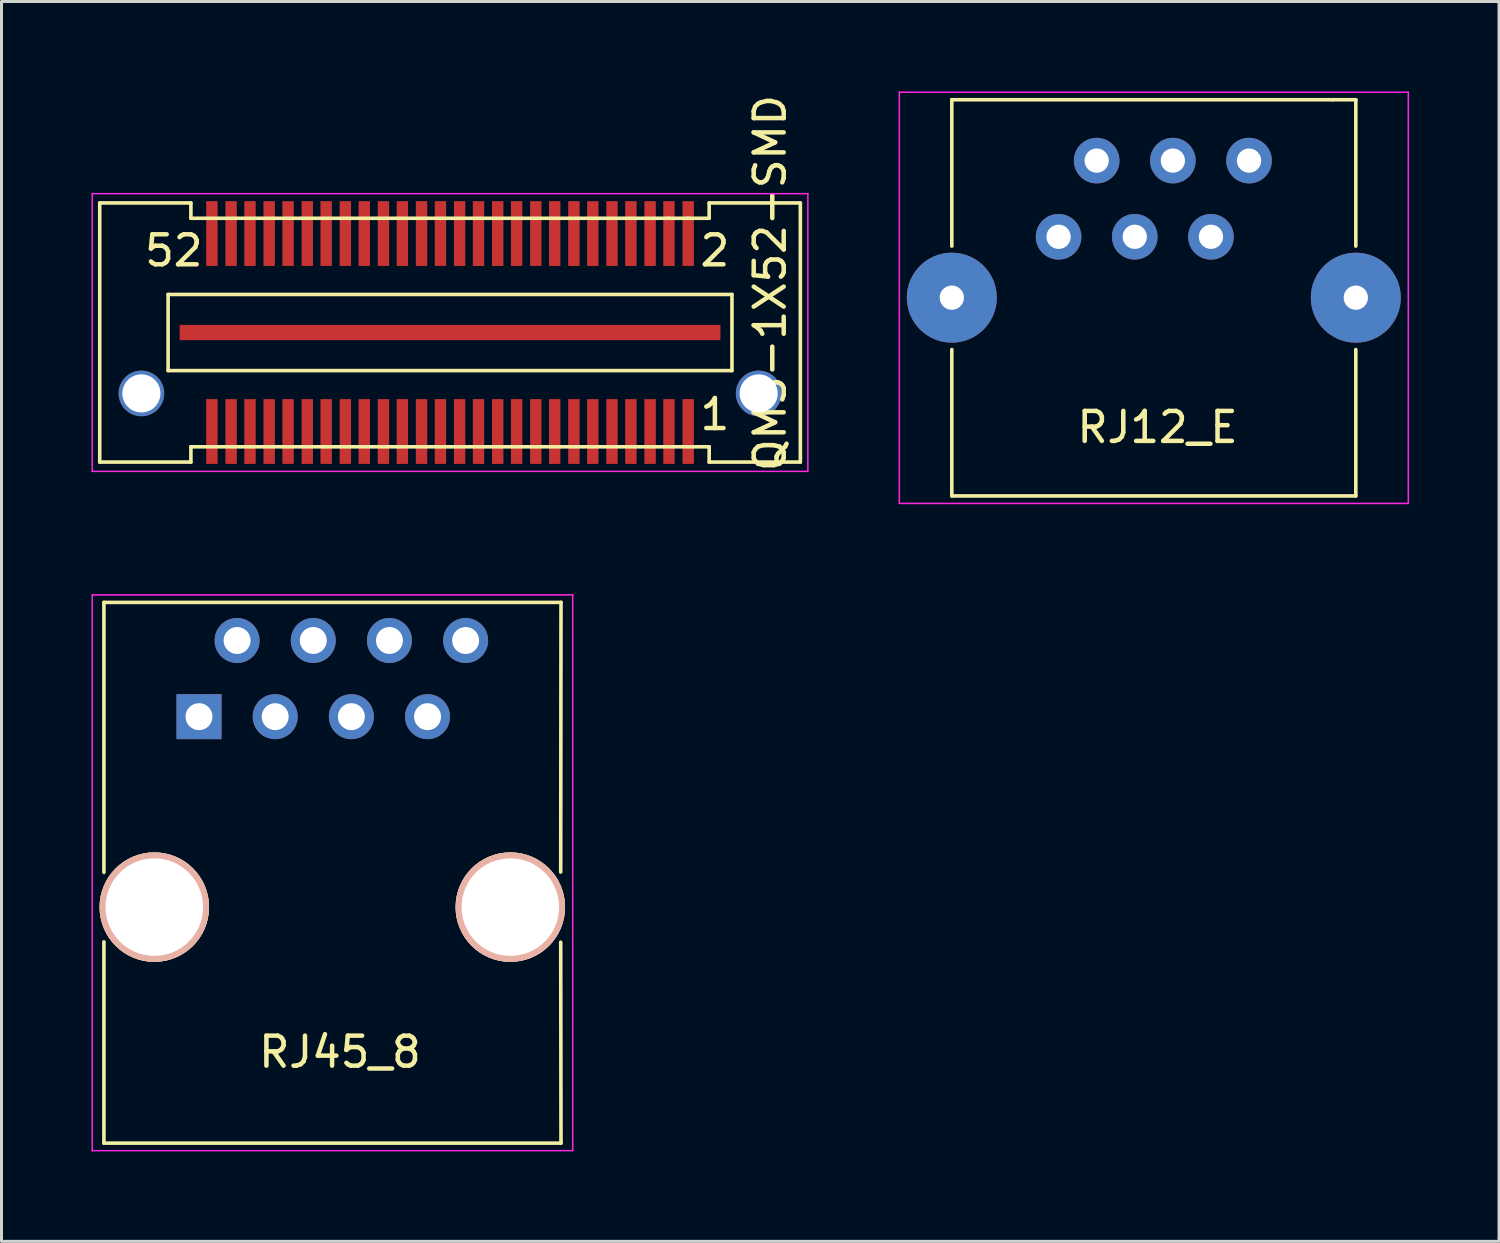
<source format=kicad_pcb>
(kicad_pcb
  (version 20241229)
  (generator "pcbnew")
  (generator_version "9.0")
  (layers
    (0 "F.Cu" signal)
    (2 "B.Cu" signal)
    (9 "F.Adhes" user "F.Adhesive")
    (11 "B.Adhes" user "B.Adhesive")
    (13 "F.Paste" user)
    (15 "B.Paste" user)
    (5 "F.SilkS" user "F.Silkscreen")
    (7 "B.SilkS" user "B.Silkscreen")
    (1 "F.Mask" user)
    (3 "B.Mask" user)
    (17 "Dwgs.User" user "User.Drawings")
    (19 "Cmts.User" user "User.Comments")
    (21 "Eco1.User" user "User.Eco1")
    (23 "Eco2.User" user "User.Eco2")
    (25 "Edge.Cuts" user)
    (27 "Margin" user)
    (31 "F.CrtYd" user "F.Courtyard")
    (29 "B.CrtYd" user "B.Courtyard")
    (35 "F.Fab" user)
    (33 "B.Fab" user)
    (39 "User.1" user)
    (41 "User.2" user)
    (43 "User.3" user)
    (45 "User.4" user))
  (footprint "RJ45_8"
    (layer "F.Cu")
    (at 3.585 20.845)
    (property "Reference" "RJ45_8" (at 4.7 11.18 0) (layer "F.SilkS") (effects (font (size 1 1) (thickness 0.15))))
    (attr through_hole)
    (fp_line (start -3.17 -3.81) (end -3.17 5.19) (stroke (width 0.12) (type solid)) (layer "F.SilkS"))
    (fp_line (start -3.17 7.51) (end -3.17 14.22) (stroke (width 0.12) (type solid)) (layer "F.SilkS"))
    (fp_line (start -3.17 14.22) (end 12.07 14.22) (stroke (width 0.12) (type solid)) (layer "F.SilkS"))
    (fp_line (start 12.06 7.52) (end 12.07 14.22) (stroke (width 0.12) (type solid)) (layer "F.SilkS"))
    (fp_line (start 12.07 -3.81) (end -3.17 -3.81) (stroke (width 0.12) (type solid)) (layer "F.SilkS"))
    (fp_line (start 12.07 -3.81) (end 12.06 5.18) (stroke (width 0.12) (type solid)) (layer "F.SilkS"))
    (fp_line (start -3.56 -4.06) (end -3.56 14.47) (stroke (width 0.05) (type solid)) (layer "F.CrtYd"))
    (fp_line (start -3.56 -4.06) (end 12.46 -4.06) (stroke (width 0.05) (type solid)) (layer "F.CrtYd"))
    (fp_line (start 12.46 14.47) (end -3.56 14.47) (stroke (width 0.05) (type solid)) (layer "F.CrtYd"))
    (fp_line (start 12.46 14.47) (end 12.46 -4.06) (stroke (width 0.05) (type solid)) (layer "F.CrtYd"))
    (pad "" np_thru_hole circle (at -1.49 6.35) (size 3.65 3.65) (drill 3.25) (layers "*.Cu" "*.SilkS" "*.Mask"))
    (pad "" np_thru_hole circle (at 10.38 6.35) (size 3.65 3.65) (drill 3.25) (layers "*.Cu" "*.SilkS" "*.Mask"))
    (pad "1" thru_hole rect (at 0 0) (size 1.5 1.5) (drill 0.9) (layers "*.Cu" "*.Mask"))
    (pad "2" thru_hole circle (at 1.27 -2.54) (size 1.5 1.5) (drill 0.9) (layers "*.Cu" "*.Mask"))
    (pad "3" thru_hole circle (at 2.54 0) (size 1.5 1.5) (drill 0.9) (layers "*.Cu" "*.Mask"))
    (pad "4" thru_hole circle (at 3.81 -2.54) (size 1.5 1.5) (drill 0.9) (layers "*.Cu" "*.Mask"))
    (pad "5" thru_hole circle (at 5.08 0) (size 1.5 1.5) (drill 0.9) (layers "*.Cu" "*.Mask"))
    (pad "6" thru_hole circle (at 6.35 -2.54) (size 1.5 1.5) (drill 0.9) (layers "*.Cu" "*.Mask"))
    (pad "7" thru_hole circle (at 7.62 0) (size 1.5 1.5) (drill 0.9) (layers "*.Cu" "*.Mask"))
    (pad "8" thru_hole circle (at 8.89 -2.54) (size 1.5 1.5) (drill 0.9) (layers "*.Cu" "*.Mask")))
  (footprint "RJ12_E"
    (layer "F.Cu")
    (at 32.245 4.845)
    (property "Reference" "RJ12_E" (at 3.3 6.35 0) (layer "F.SilkS") (effects (font (size 1 1) (thickness 0.15))))
    (attr through_hole)
    (fp_line (start -3.56 -4.57) (end -3.56 0.31) (stroke (width 0.12) (type solid)) (layer "F.SilkS"))
    (fp_line (start -3.56 -4.57) (end 9.14 -4.57) (stroke (width 0.12) (type solid)) (layer "F.SilkS"))
    (fp_line (start -3.56 3.76) (end -3.56 8.64) (stroke (width 0.12) (type solid)) (layer "F.SilkS"))
    (fp_line (start -3.56 8.64) (end 9.91 8.64) (stroke (width 0.12) (type solid)) (layer "F.SilkS"))
    (fp_line (start 9.14 -4.57) (end 9.91 -4.57) (stroke (width 0.12) (type solid)) (layer "F.SilkS"))
    (fp_line (start 9.91 -4.57) (end 9.91 0.31) (stroke (width 0.12) (type solid)) (layer "F.SilkS"))
    (fp_line (start 9.91 3.76) (end 9.91 8.64) (stroke (width 0.12) (type solid)) (layer "F.SilkS"))
    (fp_line (start -5.31 -4.82) (end -5.31 8.89) (stroke (width 0.05) (type solid)) (layer "F.CrtYd"))
    (fp_line (start -5.31 -4.82) (end 11.66 -4.82) (stroke (width 0.05) (type solid)) (layer "F.CrtYd"))
    (fp_line (start 11.66 8.89) (end -5.31 8.89) (stroke (width 0.05) (type solid)) (layer "F.CrtYd"))
    (fp_line (start 11.66 8.89) (end 11.66 -4.82) (stroke (width 0.05) (type solid)) (layer "F.CrtYd"))
    (pad "1" thru_hole circle (at 0 0) (size 1.52 1.52) (drill 0.81) (layers "*.Cu" "*.Mask"))
    (pad "2" thru_hole circle (at 1.27 -2.54) (size 1.52 1.52) (drill 0.81) (layers "*.Cu" "*.Mask"))
    (pad "3" thru_hole circle (at 2.54 0) (size 1.52 1.52) (drill 0.81) (layers "*.Cu" "*.Mask"))
    (pad "4" thru_hole circle (at 3.81 -2.54) (size 1.52 1.52) (drill 0.81) (layers "*.Cu" "*.Mask"))
    (pad "5" thru_hole circle (at 5.08 0) (size 1.52 1.52) (drill 0.81) (layers "*.Cu" "*.Mask"))
    (pad "6" thru_hole circle (at 6.35 -2.54) (size 1.52 1.52) (drill 0.81) (layers "*.Cu" "*.Mask"))
    (pad "7" thru_hole circle (at -3.56 2.03) (size 3 3) (drill 0.81) (layers "*.Cu" "*.Mask"))
    (pad "8" thru_hole circle (at 9.91 2.03) (size 3 3) (drill 0.81) (layers "*.Cu" "*.Mask")))
  (footprint "QMS-1X52-SMD"
    (layer "F.Cu")
    (at 11.955 8.037)
    (property "Reference" "QMS-1X52-SMD" (at 10.67 -1.65 90) (layer "F.SilkS") (effects (font (size 1 1) (thickness 0.15))))
    (attr smd)
    (fp_line (start -11.68 4.32) (end -11.68 -4.32) (stroke (width 0.12) (type solid)) (layer "F.SilkS"))
    (fp_line (start -9.4 -1.27) (end 9.4 -1.27) (stroke (width 0.12) (type solid)) (layer "F.SilkS"))
    (fp_line (start -9.4 1.27) (end -9.4 -1.27) (stroke (width 0.12) (type solid)) (layer "F.SilkS"))
    (fp_line (start -8.64 -4.32) (end -11.68 -4.32) (stroke (width 0.12) (type solid)) (layer "F.SilkS"))
    (fp_line (start -8.64 -4.32) (end -8.64 -3.81) (stroke (width 0.12) (type solid)) (layer "F.SilkS"))
    (fp_line (start -8.64 -3.81) (end 7.3 -3.81) (stroke (width 0.12) (type solid)) (layer "F.SilkS"))
    (fp_line (start -8.64 3.81) (end -8.64 4.32) (stroke (width 0.12) (type solid)) (layer "F.SilkS"))
    (fp_line (start -8.64 4.32) (end -11.68 4.32) (stroke (width 0.12) (type solid)) (layer "F.SilkS"))
    (fp_line (start 7.3 -3.81) (end 7.94 -3.81) (stroke (width 0.12) (type solid)) (layer "F.SilkS"))
    (fp_line (start 7.94 -3.81) (end 8.64 -3.81) (stroke (width 0.12) (type solid)) (layer "F.SilkS"))
    (fp_line (start 8.64 -4.32) (end 11.68 -4.32) (stroke (width 0.12) (type solid)) (layer "F.SilkS"))
    (fp_line (start 8.64 -3.81) (end 8.64 -4.32) (stroke (width 0.12) (type solid)) (layer "F.SilkS"))
    (fp_line (start 8.64 3.81) (end -8.64 3.81) (stroke (width 0.12) (type solid)) (layer "F.SilkS"))
    (fp_line (start 8.64 4.32) (end 8.64 3.81) (stroke (width 0.12) (type solid)) (layer "F.SilkS"))
    (fp_line (start 9.4 -1.27) (end 9.4 1.27) (stroke (width 0.12) (type solid)) (layer "F.SilkS"))
    (fp_line (start 9.4 1.27) (end -9.4 1.27) (stroke (width 0.12) (type solid)) (layer "F.SilkS"))
    (fp_line (start 11.68 -4.32) (end 11.68 4.32) (stroke (width 0.12) (type solid)) (layer "F.SilkS"))
    (fp_line (start 11.68 4.32) (end 8.64 4.32) (stroke (width 0.12) (type solid)) (layer "F.SilkS"))
    (fp_line (start -11.93 -4.63) (end -11.93 4.63) (stroke (width 0.05) (type solid)) (layer "F.CrtYd"))
    (fp_line (start -11.93 -4.63) (end 11.93 -4.63) (stroke (width 0.05) (type solid)) (layer "F.CrtYd"))
    (fp_line (start 11.93 4.63) (end -11.93 4.63) (stroke (width 0.05) (type solid)) (layer "F.CrtYd"))
    (fp_line (start 11.93 4.63) (end 11.93 -4.63) (stroke (width 0.05) (type solid)) (layer "F.CrtYd"))
    (fp_text user "52" (at -9.21 -2.73 0) (layer "F.SilkS") (effects (font (size 1 1) (thickness 0.15))))
    (fp_text user "1" (at 8.83 2.73 0) (layer "F.SilkS") (effects (font (size 1 1) (thickness 0.15))))
    (fp_text user "2" (at 8.83 -2.73 0) (layer "F.SilkS") (effects (font (size 1 1) (thickness 0.15))))
    (pad "" thru_hole circle (at -10.29 2.03) (size 1.52 1.52) (drill 1.27) (layers "*.Cu" "*.Mask"))
    (pad "" thru_hole circle (at 10.29 2.03) (size 1.52 1.52) (drill 1.27) (layers "*.Cu" "*.Mask"))
    (pad "1" smd rect (at 7.94 3.3) (size 0.38 2.16) (layers "F.Cu" "F.Mask" "F.Paste"))
    (pad "2" smd rect (at 7.94 -3.3) (size 0.38 2.16) (layers "F.Cu" "F.Mask" "F.Paste"))
    (pad "3" smd rect (at 7.3 3.3) (size 0.38 2.16) (layers "F.Cu" "F.Mask" "F.Paste"))
    (pad "4" smd rect (at 7.3 -3.3) (size 0.38 2.16) (layers "F.Cu" "F.Mask" "F.Paste"))
    (pad "5" smd rect (at 6.67 3.3) (size 0.38 2.16) (layers "F.Cu" "F.Mask" "F.Paste"))
    (pad "6" smd rect (at 6.67 -3.3) (size 0.38 2.16) (layers "F.Cu" "F.Mask" "F.Paste"))
    (pad "7" smd rect (at 6.03 3.3) (size 0.38 2.16) (layers "F.Cu" "F.Mask" "F.Paste"))
    (pad "8" smd rect (at 6.03 -3.3) (size 0.38 2.16) (layers "F.Cu" "F.Mask" "F.Paste"))
    (pad "9" smd rect (at 5.4 3.3) (size 0.38 2.16) (layers "F.Cu" "F.Mask" "F.Paste"))
    (pad "10" smd rect (at 5.4 -3.3) (size 0.38 2.16) (layers "F.Cu" "F.Mask" "F.Paste"))
    (pad "11" smd rect (at 4.76 3.3) (size 0.38 2.16) (layers "F.Cu" "F.Mask" "F.Paste"))
    (pad "12" smd rect (at 4.76 -3.3) (size 0.38 2.16) (layers "F.Cu" "F.Mask" "F.Paste"))
    (pad "13" smd rect (at 4.13 3.3) (size 0.38 2.16) (layers "F.Cu" "F.Mask" "F.Paste"))
    (pad "14" smd rect (at 4.13 -3.3) (size 0.38 2.16) (layers "F.Cu" "F.Mask" "F.Paste"))
    (pad "15" smd rect (at 3.49 3.3) (size 0.38 2.16) (layers "F.Cu" "F.Mask" "F.Paste"))
    (pad "16" smd rect (at 3.49 -3.3) (size 0.38 2.16) (layers "F.Cu" "F.Mask" "F.Paste"))
    (pad "17" smd rect (at 2.86 3.3) (size 0.38 2.16) (layers "F.Cu" "F.Mask" "F.Paste"))
    (pad "18" smd rect (at 2.86 -3.3) (size 0.38 2.16) (layers "F.Cu" "F.Mask" "F.Paste"))
    (pad "19" smd rect (at 2.22 3.3) (size 0.38 2.16) (layers "F.Cu" "F.Mask" "F.Paste"))
    (pad "20" smd rect (at 2.22 -3.3) (size 0.38 2.16) (layers "F.Cu" "F.Mask" "F.Paste"))
    (pad "21" smd rect (at 1.59 3.3) (size 0.38 2.16) (layers "F.Cu" "F.Mask" "F.Paste"))
    (pad "22" smd rect (at 1.59 -3.3) (size 0.38 2.16) (layers "F.Cu" "F.Mask" "F.Paste"))
    (pad "23" smd rect (at 0.95 3.3) (size 0.38 2.16) (layers "F.Cu" "F.Mask" "F.Paste"))
    (pad "24" smd rect (at 0.95 -3.3) (size 0.38 2.16) (layers "F.Cu" "F.Mask" "F.Paste"))
    (pad "25" smd rect (at 0.32 3.3) (size 0.38 2.16) (layers "F.Cu" "F.Mask" "F.Paste"))
    (pad "26" smd rect (at 0.32 -3.3) (size 0.38 2.16) (layers "F.Cu" "F.Mask" "F.Paste"))
    (pad "27" smd rect (at -0.32 3.3) (size 0.38 2.16) (layers "F.Cu" "F.Mask" "F.Paste"))
    (pad "28" smd rect (at -0.32 -3.3) (size 0.38 2.16) (layers "F.Cu" "F.Mask" "F.Paste"))
    (pad "29" smd rect (at -0.95 3.3) (size 0.38 2.16) (layers "F.Cu" "F.Mask" "F.Paste"))
    (pad "30" smd rect (at -0.95 -3.3) (size 0.38 2.16) (layers "F.Cu" "F.Mask" "F.Paste"))
    (pad "31" smd rect (at -1.59 3.3) (size 0.38 2.16) (layers "F.Cu" "F.Mask" "F.Paste"))
    (pad "32" smd rect (at -1.59 -3.3) (size 0.38 2.16) (layers "F.Cu" "F.Mask" "F.Paste"))
    (pad "33" smd rect (at -2.22 3.3) (size 0.38 2.16) (layers "F.Cu" "F.Mask" "F.Paste"))
    (pad "34" smd rect (at -2.22 -3.3) (size 0.38 2.16) (layers "F.Cu" "F.Mask" "F.Paste"))
    (pad "35" smd rect (at -2.86 3.3) (size 0.38 2.16) (layers "F.Cu" "F.Mask" "F.Paste"))
    (pad "36" smd rect (at -2.86 -3.3) (size 0.38 2.16) (layers "F.Cu" "F.Mask" "F.Paste"))
    (pad "37" smd rect (at -3.49 3.3) (size 0.38 2.16) (layers "F.Cu" "F.Mask" "F.Paste"))
    (pad "38" smd rect (at -3.49 -3.3) (size 0.38 2.16) (layers "F.Cu" "F.Mask" "F.Paste"))
    (pad "39" smd rect (at -4.13 3.3) (size 0.38 2.16) (layers "F.Cu" "F.Mask" "F.Paste"))
    (pad "40" smd rect (at -4.13 -3.3) (size 0.38 2.16) (layers "F.Cu" "F.Mask" "F.Paste"))
    (pad "41" smd rect (at -4.76 3.3) (size 0.38 2.16) (layers "F.Cu" "F.Mask" "F.Paste"))
    (pad "42" smd rect (at -4.76 -3.3) (size 0.38 2.16) (layers "F.Cu" "F.Mask" "F.Paste"))
    (pad "43" smd rect (at -5.4 3.3) (size 0.38 2.16) (layers "F.Cu" "F.Mask" "F.Paste"))
    (pad "44" smd rect (at -5.4 -3.3) (size 0.38 2.16) (layers "F.Cu" "F.Mask" "F.Paste"))
    (pad "45" smd rect (at -6.03 3.3) (size 0.38 2.16) (layers "F.Cu" "F.Mask" "F.Paste"))
    (pad "46" smd rect (at -6.03 -3.3) (size 0.38 2.16) (layers "F.Cu" "F.Mask" "F.Paste"))
    (pad "47" smd rect (at -6.67 3.3) (size 0.38 2.16) (layers "F.Cu" "F.Mask" "F.Paste"))
    (pad "48" smd rect (at -6.67 -3.3) (size 0.38 2.16) (layers "F.Cu" "F.Mask" "F.Paste"))
    (pad "49" smd rect (at -7.3 3.3) (size 0.38 2.16) (layers "F.Cu" "F.Mask" "F.Paste"))
    (pad "50" smd rect (at -7.3 -3.3) (size 0.38 2.16) (layers "F.Cu" "F.Mask" "F.Paste"))
    (pad "51" smd rect (at -7.94 3.3) (size 0.38 2.16) (layers "F.Cu" "F.Mask" "F.Paste"))
    (pad "52" smd rect (at -7.94 -3.3) (size 0.38 2.16) (layers "F.Cu" "F.Mask" "F.Paste"))
    (pad "53" smd rect (at 0 0) (size 18.03 0.51) (layers "F.Cu" "F.Mask" "F.Paste")))
  (gr_rect
    (start -3 -3)
    (end 46.93 38.34)
    (stroke (width 0.1) (type default))
    (fill no)
    (layer "Edge.Cuts")))
</source>
